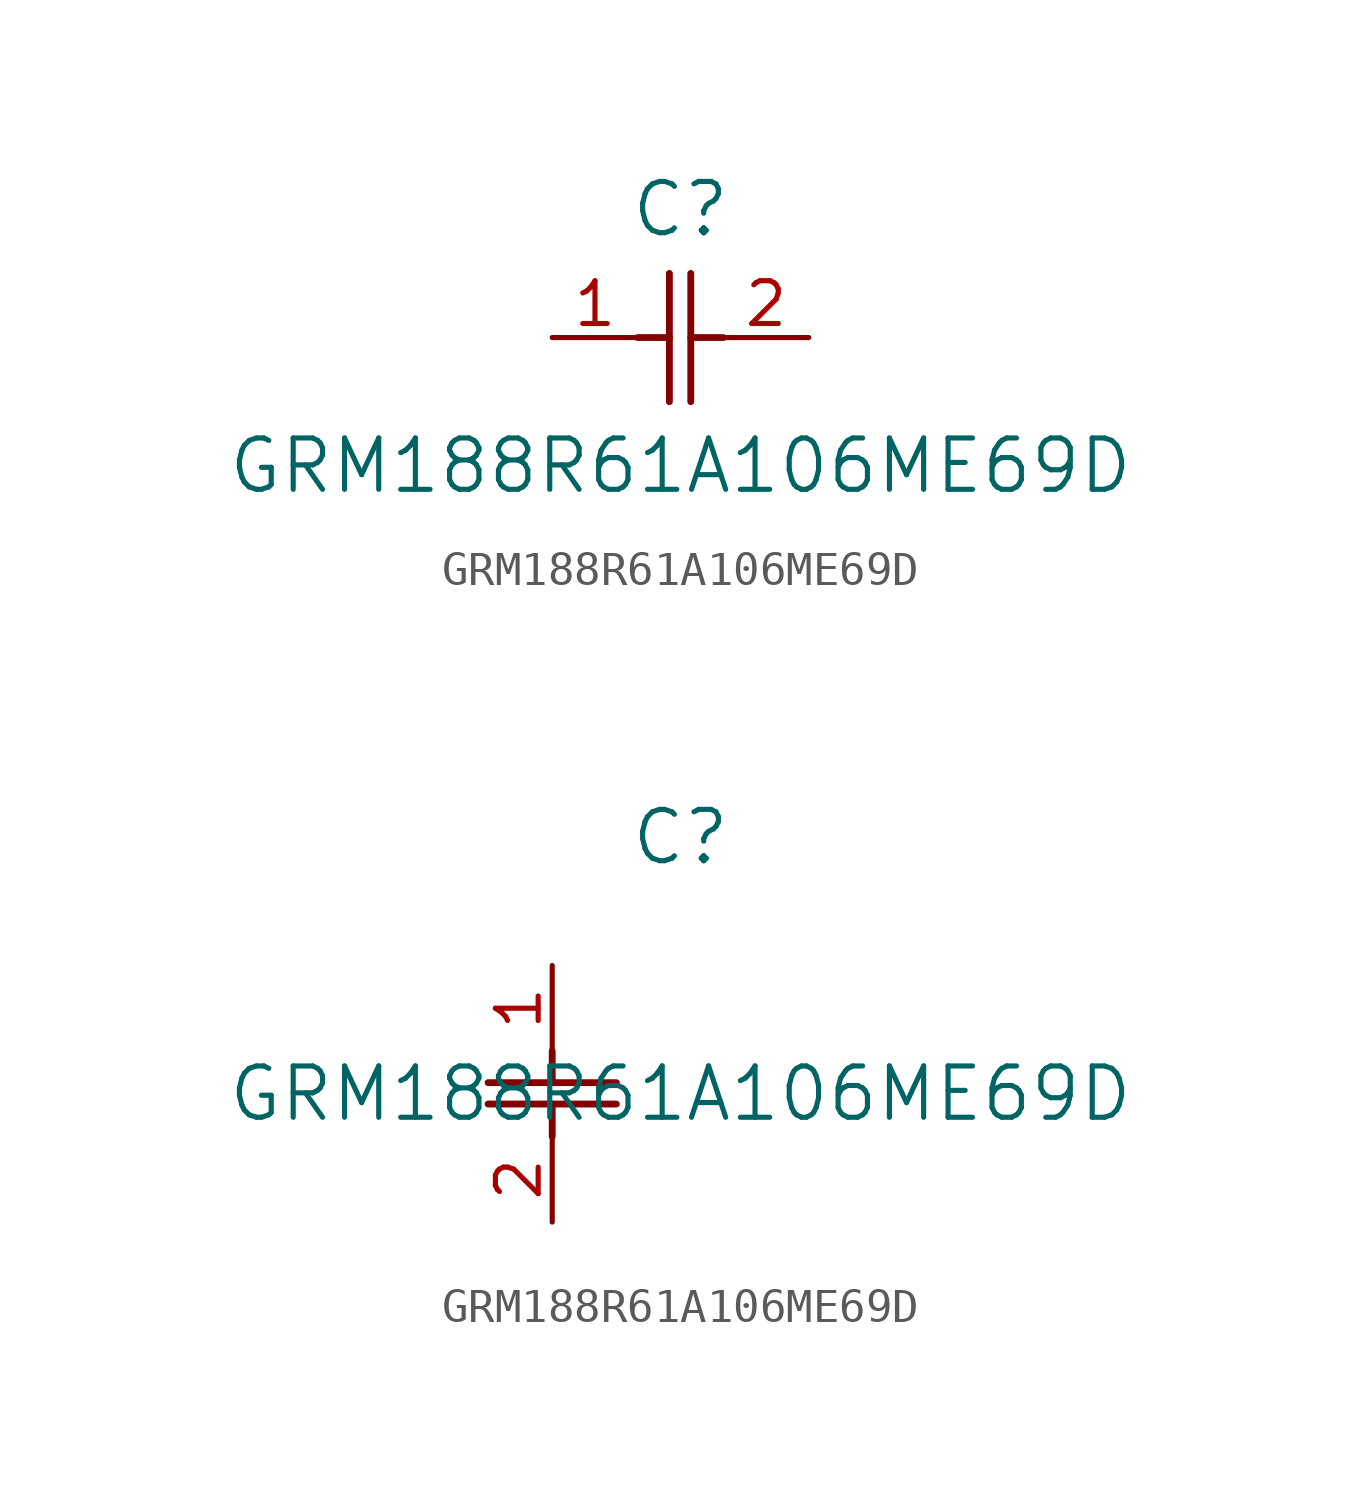
<source format=kicad_sym>
(kicad_symbol_lib
  (version 20211014)
  (generator kicad_symbol_editor)
  (symbol "GRM188R61A106ME69D"
    (pin_names
      (offset 0.254))
    (property "Reference" "C"
      (at 3.81 3.81 0)
      (effects (font (size 1.524 1.524))))
    (property "Value" "GRM188R61A106ME69D"
      (at 3.81 -3.81 0)
      (effects (font (size 1.524 1.524))))
    (symbol "GRM188R61A106ME69D_1_1"
      (polyline (pts (xy 3.48 -1.905) (xy 3.48 1.905)) (stroke (width 0.203) (type default) (color 0 0 0 0)) (fill (type none)))
      (polyline (pts (xy 4.115 -1.905) (xy 4.115 1.905)) (stroke (width 0.203) (type default) (color 0 0 0 0)) (fill (type none)))
      (polyline (pts (xy 4.115 0) (xy 5.08 0)) (stroke (width 0.203) (type default) (color 0 0 0 0)) (fill (type none)))
      (polyline (pts (xy 2.54 0) (xy 3.48 0)) (stroke (width 0.203) (type default) (color 0 0 0 0)) (fill (type none)))
      (pin unspecified line (at 0 0 0) (length 2.54) (name "" (effects (font (size 1.27 1.27)))) (number "1" (effects (font (size 1.27 1.27)))))
      (pin unspecified line (at 7.62 0 180) (length 2.54) (name "" (effects (font (size 1.27 1.27)))) (number "2" (effects (font (size 1.27 1.27))))))
    (symbol "GRM188R61A106ME69D_1_2"
      (polyline (pts (xy -1.905 -3.48) (xy 1.905 -3.48)) (stroke (width 0.203) (type default) (color 0 0 0 0)) (fill (type none)))
      (polyline (pts (xy -1.905 -4.115) (xy 1.905 -4.115)) (stroke (width 0.203) (type default) (color 0 0 0 0)) (fill (type none)))
      (polyline (pts (xy 0 -4.115) (xy 0 -5.08)) (stroke (width 0.203) (type default) (color 0 0 0 0)) (fill (type none)))
      (polyline (pts (xy 0 -2.54) (xy 0 -3.48)) (stroke (width 0.203) (type default) (color 0 0 0 0)) (fill (type none)))
      (pin unspecified line (at 0 0 270) (length 2.54) (name "" (effects (font (size 1.27 1.27)))) (number "1" (effects (font (size 1.27 1.27)))))
      (pin unspecified line (at 0 -7.62 90) (length 2.54) (name "" (effects (font (size 1.27 1.27)))) (number "2" (effects (font (size 1.27 1.27))))))))
</source>
